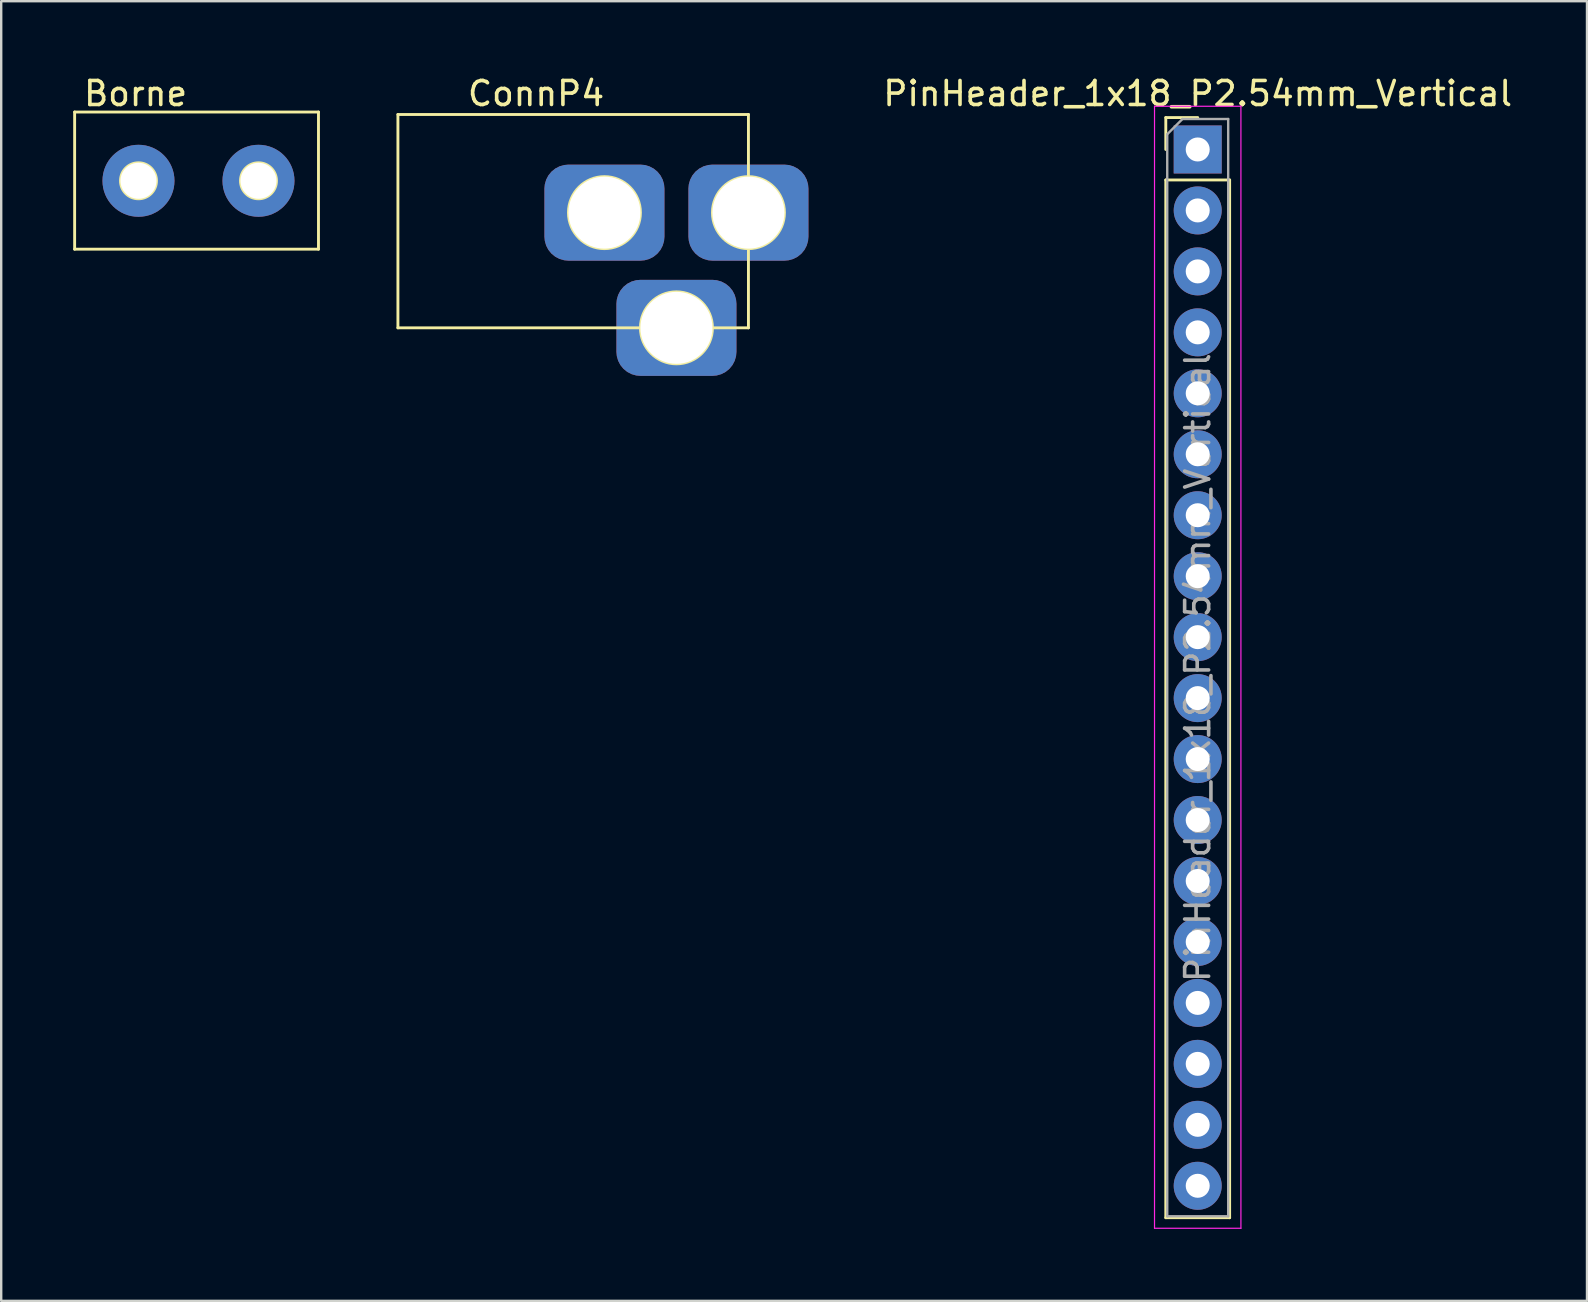
<source format=kicad_pcb>
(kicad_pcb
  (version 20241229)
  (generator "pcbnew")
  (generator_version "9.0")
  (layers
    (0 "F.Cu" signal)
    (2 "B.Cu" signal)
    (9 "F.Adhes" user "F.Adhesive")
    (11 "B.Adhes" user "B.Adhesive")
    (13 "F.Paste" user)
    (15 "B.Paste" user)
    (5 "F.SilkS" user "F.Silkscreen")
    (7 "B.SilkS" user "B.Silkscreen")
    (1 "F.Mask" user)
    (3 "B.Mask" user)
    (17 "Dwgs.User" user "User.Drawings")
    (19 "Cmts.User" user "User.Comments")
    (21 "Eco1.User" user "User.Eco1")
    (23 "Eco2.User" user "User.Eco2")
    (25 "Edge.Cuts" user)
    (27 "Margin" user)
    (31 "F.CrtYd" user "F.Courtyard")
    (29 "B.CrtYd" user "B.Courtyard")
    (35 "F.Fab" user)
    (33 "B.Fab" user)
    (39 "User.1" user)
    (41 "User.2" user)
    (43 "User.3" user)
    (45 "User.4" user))
  (footprint "Borne"
    (layer "F.Cu")
    (at 10.22 7.333)
    (property "Reference" "Borne" (at -7.62 -6.485 0) (layer "F.SilkS") (effects (font (size 1 1) (thickness 0.15))))
    (attr through_hole)
    (fp_line (start -10.16 -5.715) (end 0 -5.715) (stroke (width 0.12) (type solid)) (layer "F.SilkS"))
    (fp_line (start -10.16 0) (end -10.16 -5.715) (stroke (width 0.12) (type solid)) (layer "F.SilkS"))
    (fp_line (start 0 -5.715) (end 0 0) (stroke (width 0.12) (type solid)) (layer "F.SilkS"))
    (fp_line (start 0 0) (end -10.16 0) (stroke (width 0.12) (type solid)) (layer "F.SilkS"))
    (fp_circle (center -7.5 -2.85) (end -6.75 -2.85) (stroke (width 0.12) (type solid)) (fill no) (layer "F.SilkS"))
    (fp_circle (center -2.5 -2.85) (end -1.75 -2.85) (stroke (width 0.12) (type solid)) (fill no) (layer "F.SilkS"))
    (pad "S1" thru_hole circle (at -2.5 -2.85) (size 3 3) (drill 1.5) (layers "*.Cu" "*.Mask"))
    (pad "S2" thru_hole circle (at -7.5 -2.85) (size 3 3) (drill 1.5) (layers "*.Cu" "*.Mask")))
  (footprint "PinHeader_1x18_P2.54mm_Vertical"
    (layer "F.Cu")
    (at 46.855 3.178)
    (property "Reference" "PinHeader_1x18_P2.54mm_Vertical" (at 0 -2.33 0) (layer "F.SilkS") (effects (font (size 1 1) (thickness 0.15))))
    (attr through_hole)
    (fp_line (start -1.33 -1.33) (end 0 -1.33) (stroke (width 0.12) (type solid)) (layer "F.SilkS"))
    (fp_line (start -1.33 0) (end -1.33 -1.33) (stroke (width 0.12) (type solid)) (layer "F.SilkS"))
    (fp_line (start -1.33 1.27) (end -1.33 44.51) (stroke (width 0.12) (type solid)) (layer "F.SilkS"))
    (fp_line (start -1.33 1.27) (end 1.33 1.27) (stroke (width 0.12) (type solid)) (layer "F.SilkS"))
    (fp_line (start -1.33 44.51) (end 1.33 44.51) (stroke (width 0.12) (type solid)) (layer "F.SilkS"))
    (fp_line (start 1.33 1.27) (end 1.33 44.51) (stroke (width 0.12) (type solid)) (layer "F.SilkS"))
    (fp_line (start -1.8 -1.8) (end -1.8 44.95) (stroke (width 0.05) (type solid)) (layer "F.CrtYd"))
    (fp_line (start -1.8 44.95) (end 1.8 44.95) (stroke (width 0.05) (type solid)) (layer "F.CrtYd"))
    (fp_line (start 1.8 -1.8) (end -1.8 -1.8) (stroke (width 0.05) (type solid)) (layer "F.CrtYd"))
    (fp_line (start 1.8 44.95) (end 1.8 -1.8) (stroke (width 0.05) (type solid)) (layer "F.CrtYd"))
    (fp_line (start -1.27 -0.635) (end -0.635 -1.27) (stroke (width 0.1) (type solid)) (layer "F.Fab"))
    (fp_line (start -1.27 44.45) (end -1.27 -0.635) (stroke (width 0.1) (type solid)) (layer "F.Fab"))
    (fp_line (start -0.635 -1.27) (end 1.27 -1.27) (stroke (width 0.1) (type solid)) (layer "F.Fab"))
    (fp_line (start 1.27 -1.27) (end 1.27 44.45) (stroke (width 0.1) (type solid)) (layer "F.Fab"))
    (fp_line (start 1.27 44.45) (end -1.27 44.45) (stroke (width 0.1) (type solid)) (layer "F.Fab"))
    (fp_text user "${REFERENCE}" (at 0 21.59 90) (layer "F.Fab") (effects (font (size 1 1) (thickness 0.15))))
    (pad "1" thru_hole rect (at 0 0) (size 2 2) (drill 1) (layers "*.Cu" "*.Mask"))
    (pad "2" thru_hole oval (at 0 2.54) (size 2 2) (drill 1) (layers "*.Cu" "*.Mask"))
    (pad "3" thru_hole oval (at 0 5.08) (size 2 2) (drill 1) (layers "*.Cu" "*.Mask"))
    (pad "4" thru_hole oval (at 0 7.62) (size 2 2) (drill 1) (layers "*.Cu" "*.Mask"))
    (pad "5" thru_hole oval (at 0 10.16) (size 2 2) (drill 1) (layers "*.Cu" "*.Mask"))
    (pad "6" thru_hole oval (at 0 12.7) (size 2 2) (drill 1) (layers "*.Cu" "*.Mask"))
    (pad "7" thru_hole oval (at 0 15.24) (size 2 2) (drill 1) (layers "*.Cu" "*.Mask"))
    (pad "8" thru_hole oval (at 0 17.78) (size 2 2) (drill 1) (layers "*.Cu" "*.Mask"))
    (pad "9" thru_hole oval (at 0 20.32) (size 2 2) (drill 1) (layers "*.Cu" "*.Mask"))
    (pad "10" thru_hole oval (at 0 22.86) (size 2 2) (drill 1) (layers "*.Cu" "*.Mask"))
    (pad "11" thru_hole oval (at 0 25.4) (size 2 2) (drill 1) (layers "*.Cu" "*.Mask"))
    (pad "12" thru_hole oval (at 0 27.94) (size 2 2) (drill 1) (layers "*.Cu" "*.Mask"))
    (pad "13" thru_hole oval (at 0 30.48) (size 2 2) (drill 1) (layers "*.Cu" "*.Mask"))
    (pad "14" thru_hole oval (at 0 33.02) (size 2 2) (drill 1) (layers "*.Cu" "*.Mask"))
    (pad "15" thru_hole oval (at 0 35.56) (size 2 2) (drill 1) (layers "*.Cu" "*.Mask"))
    (pad "16" thru_hole oval (at 0 38.1) (size 2 2) (drill 1) (layers "*.Cu" "*.Mask"))
    (pad "17" thru_hole oval (at 0 40.64) (size 2 2) (drill 1) (layers "*.Cu" "*.Mask"))
    (pad "18" thru_hole oval (at 0 43.18) (size 2 2) (drill 1) (layers "*.Cu" "*.Mask")))
  (footprint "ConnP4"
    (layer "F.Cu")
    (at 28.135 10.61)
    (property "Reference" "ConnP4" (at -8.849 -9.762 0) (layer "F.SilkS") (effects (font (size 1 1) (thickness 0.15))))
    (attr through_hole)
    (fp_line (start -14.605 -8.89) (end 0 -8.89) (stroke (width 0.12) (type solid)) (layer "F.SilkS"))
    (fp_line (start -14.605 0) (end -14.605 -8.89) (stroke (width 0.12) (type solid)) (layer "F.SilkS"))
    (fp_line (start 0 -8.89) (end 0 0) (stroke (width 0.12) (type solid)) (layer "F.SilkS"))
    (fp_line (start 0 0) (end -14.605 0) (stroke (width 0.12) (type solid)) (layer "F.SilkS"))
    (fp_circle (center -6 -4.8) (end -4.5 -4.8) (stroke (width 0.12) (type solid)) (fill no) (layer "F.SilkS"))
    (fp_circle (center -3 0) (end -1.5 0) (stroke (width 0.12) (type solid)) (fill no) (layer "F.SilkS"))
    (fp_circle (center 0 -4.8) (end 1.5 -4.8) (stroke (width 0.12) (type solid)) (fill no) (layer "F.SilkS"))
    (pad "GND" thru_hole roundrect (at -6 -4.8) (size 5 4) (drill 3) (layers "*.Cu" "*.Mask") (roundrect_rratio 0.25))
    (pad "GND" thru_hole roundrect (at -3 0) (size 5 4) (drill 3) (layers "*.Cu" "*.Mask") (roundrect_rratio 0.25))
    (pad "VCC" thru_hole roundrect (at 0 -4.8) (size 5 4) (drill 3) (layers "*.Cu" "*.Mask") (roundrect_rratio 0.25)))
  (gr_rect
    (start -3 -3)
    (end 63.075 51.153)
    (stroke (width 0.1) (type default))
    (fill no)
    (layer "Edge.Cuts")))
</source>
